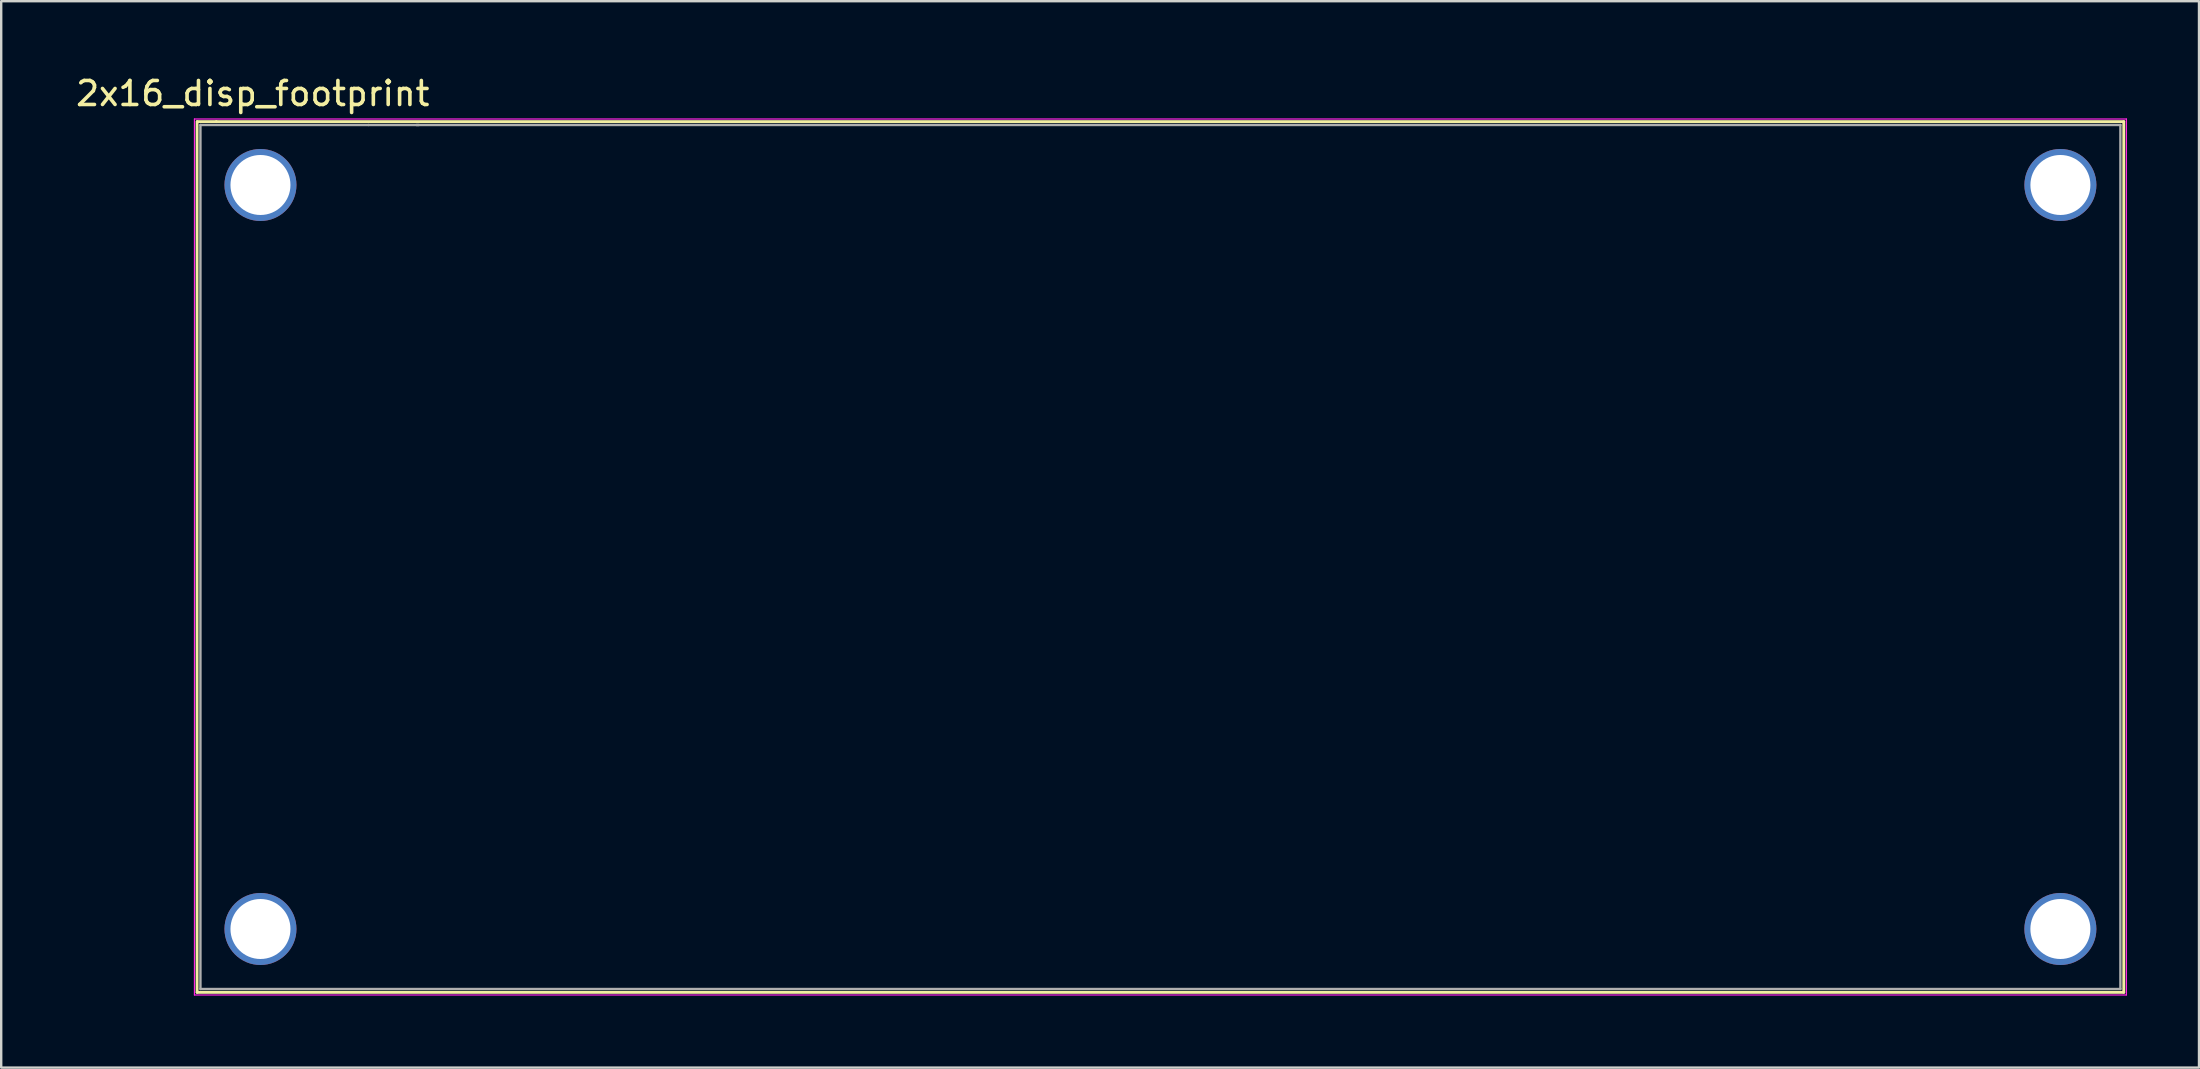
<source format=kicad_pcb>
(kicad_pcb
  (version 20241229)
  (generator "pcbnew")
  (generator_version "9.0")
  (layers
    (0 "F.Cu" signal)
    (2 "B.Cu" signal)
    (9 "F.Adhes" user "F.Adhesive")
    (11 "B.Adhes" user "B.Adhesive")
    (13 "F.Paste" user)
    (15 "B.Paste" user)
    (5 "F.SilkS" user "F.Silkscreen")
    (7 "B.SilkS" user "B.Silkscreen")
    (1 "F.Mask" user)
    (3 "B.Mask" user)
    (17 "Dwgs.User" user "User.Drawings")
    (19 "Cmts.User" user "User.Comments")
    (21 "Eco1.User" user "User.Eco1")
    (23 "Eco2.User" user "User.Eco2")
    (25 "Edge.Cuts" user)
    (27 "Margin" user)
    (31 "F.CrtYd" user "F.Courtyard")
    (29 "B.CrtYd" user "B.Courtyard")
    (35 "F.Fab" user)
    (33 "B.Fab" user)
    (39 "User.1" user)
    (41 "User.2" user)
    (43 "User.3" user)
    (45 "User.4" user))
  (footprint "2x16_disp_footprint"
    (layer "F.Cu")
    (at 13.302 4.658)
    (property "Reference" "2x16_disp_footprint" (at -5.82 -3.81 0) (layer "F.SilkS") (effects (font (size 1 1) (thickness 0.15))))
    (attr through_hole)
    (fp_line (start -8.14 -2.64) (end -8.14 33.64) (stroke (width 0.12) (type solid)) (layer "F.SilkS"))
    (fp_line (start -8.14 33.64) (end 72.14 33.64) (stroke (width 0.12) (type solid)) (layer "F.SilkS"))
    (fp_line (start -8.13 -2.64) (end -7.34 -2.64) (stroke (width 0.12) (type solid)) (layer "F.SilkS"))
    (fp_line (start 72.14 -2.64) (end -7.34 -2.64) (stroke (width 0.12) (type solid)) (layer "F.SilkS"))
    (fp_line (start 72.14 33.64) (end 72.14 -2.64) (stroke (width 0.12) (type solid)) (layer "F.SilkS"))
    (fp_line (start -8.25 -2.75) (end -8.25 33.75) (stroke (width 0.05) (type solid)) (layer "F.CrtYd"))
    (fp_line (start -8.25 -2.75) (end 72.25 -2.75) (stroke (width 0.05) (type solid)) (layer "F.CrtYd"))
    (fp_line (start -8.25 33.75) (end 72.25 33.75) (stroke (width 0.05) (type solid)) (layer "F.CrtYd"))
    (fp_line (start 72.25 -2.75) (end 72.25 33.75) (stroke (width 0.05) (type solid)) (layer "F.CrtYd"))
    (fp_line (start -8 33.5) (end -8 -2.5) (stroke (width 0.1) (type solid)) (layer "F.Fab"))
    (fp_line (start -1 -2.5) (end -8 -2.5) (stroke (width 0.1) (type solid)) (layer "F.Fab"))
    (fp_line (start 1 -2.5) (end 72 -2.5) (stroke (width 0.1) (type solid)) (layer "F.Fab"))
    (fp_line (start 1.1 -2.5) (end -1 -2.5) (stroke (width 0.1) (type solid)) (layer "F.Fab"))
    (fp_line (start 72 -2.5) (end 72 33.5) (stroke (width 0.1) (type solid)) (layer "F.Fab"))
    (fp_line (start 72 33.5) (end -8 33.5) (stroke (width 0.1) (type solid)) (layer "F.Fab"))
    (pad "" thru_hole circle (at -5.499 0) (size 3 3) (drill 2.5) (layers "*.Cu" "*.Mask"))
    (pad "" thru_hole circle (at -5.499 31.001) (size 3 3) (drill 2.5) (layers "*.Cu" "*.Mask"))
    (pad "" thru_hole circle (at 69.499 31.001) (size 3 3) (drill 2.5) (layers "*.Cu" "*.Mask"))
    (pad "" thru_hole circle (at 69.5 0) (size 3 3) (drill 2.5) (layers "*.Cu" "*.Mask")))
  (gr_rect
    (start -3 -3)
    (end 88.577 41.433)
    (stroke (width 0.1) (type default))
    (fill no)
    (layer "Edge.Cuts")))
</source>
